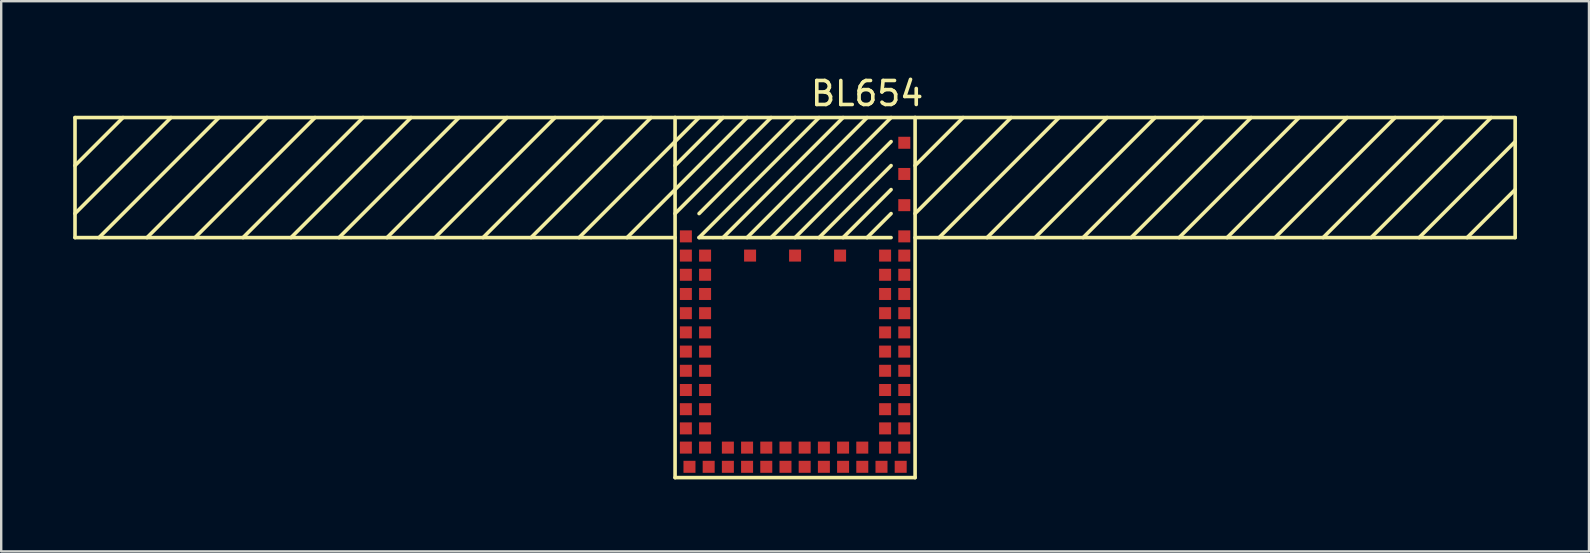
<source format=kicad_pcb>
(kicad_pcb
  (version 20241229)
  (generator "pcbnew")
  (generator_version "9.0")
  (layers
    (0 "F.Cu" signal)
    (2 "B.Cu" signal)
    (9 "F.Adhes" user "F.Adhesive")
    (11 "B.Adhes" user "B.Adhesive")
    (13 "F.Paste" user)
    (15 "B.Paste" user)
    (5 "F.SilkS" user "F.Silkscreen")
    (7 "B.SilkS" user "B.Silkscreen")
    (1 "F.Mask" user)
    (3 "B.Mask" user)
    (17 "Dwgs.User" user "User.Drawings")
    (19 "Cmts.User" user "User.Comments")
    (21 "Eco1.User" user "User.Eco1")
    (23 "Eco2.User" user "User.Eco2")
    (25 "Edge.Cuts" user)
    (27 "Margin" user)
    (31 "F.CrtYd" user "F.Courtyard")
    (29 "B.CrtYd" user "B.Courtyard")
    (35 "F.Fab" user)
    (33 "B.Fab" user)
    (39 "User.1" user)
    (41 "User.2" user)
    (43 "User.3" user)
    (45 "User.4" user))
  (footprint "BL654"
    (layer "F.Cu")
    (at 30.075 6.848)
    (property "Reference" "BL654" (at 3 -6 0) (layer "F.SilkS") (effects (font (size 1 1) (thickness 0.15))))
    (attr through_hole)
    (fp_line (start -30 -3) (end -28 -5) (stroke (width 0.15) (type solid)) (layer "F.SilkS"))
    (fp_line (start -30 -1) (end -26 -5) (stroke (width 0.15) (type solid)) (layer "F.SilkS"))
    (fp_line (start -30 0) (end -30 -5) (stroke (width 0.15) (type solid)) (layer "F.SilkS"))
    (fp_line (start -29 0) (end -24 -5) (stroke (width 0.15) (type solid)) (layer "F.SilkS"))
    (fp_line (start -27 0) (end -22 -5) (stroke (width 0.15) (type solid)) (layer "F.SilkS"))
    (fp_line (start -25 0) (end -20 -5) (stroke (width 0.15) (type solid)) (layer "F.SilkS"))
    (fp_line (start -23 0) (end -18 -5) (stroke (width 0.15) (type solid)) (layer "F.SilkS"))
    (fp_line (start -21 0) (end -16 -5) (stroke (width 0.15) (type solid)) (layer "F.SilkS"))
    (fp_line (start -19 0) (end -14 -5) (stroke (width 0.15) (type solid)) (layer "F.SilkS"))
    (fp_line (start -17 0) (end -12 -5) (stroke (width 0.15) (type solid)) (layer "F.SilkS"))
    (fp_line (start -15 0) (end -10 -5) (stroke (width 0.15) (type solid)) (layer "F.SilkS"))
    (fp_line (start -13 0) (end -8 -5) (stroke (width 0.15) (type solid)) (layer "F.SilkS"))
    (fp_line (start -11 0) (end -6 -5) (stroke (width 0.15) (type solid)) (layer "F.SilkS"))
    (fp_line (start -9 0) (end -5 -4) (stroke (width 0.15) (type solid)) (layer "F.SilkS"))
    (fp_line (start -7 0) (end -5 -2) (stroke (width 0.15) (type solid)) (layer "F.SilkS"))
    (fp_line (start -5 -5) (end -30 -5) (stroke (width 0.15) (type solid)) (layer "F.SilkS"))
    (fp_line (start -5 -5) (end -5 10) (stroke (width 0.15) (type solid)) (layer "F.SilkS"))
    (fp_line (start -5 -4) (end -4 -5) (stroke (width 0.15) (type solid)) (layer "F.SilkS"))
    (fp_line (start -5 -3) (end -3 -5) (stroke (width 0.15) (type solid)) (layer "F.SilkS"))
    (fp_line (start -5 -2) (end -2 -5) (stroke (width 0.15) (type solid)) (layer "F.SilkS"))
    (fp_line (start -5 -1) (end -1 -5) (stroke (width 0.15) (type solid)) (layer "F.SilkS"))
    (fp_line (start -5 0) (end -30 0) (stroke (width 0.15) (type solid)) (layer "F.SilkS"))
    (fp_line (start -5 10) (end 5 10) (stroke (width 0.15) (type solid)) (layer "F.SilkS"))
    (fp_line (start -4 -1) (end 0 -5) (stroke (width 0.15) (type solid)) (layer "F.SilkS"))
    (fp_line (start -4 0) (end 1 -5) (stroke (width 0.15) (type solid)) (layer "F.SilkS"))
    (fp_line (start -4 0) (end 4 0) (stroke (width 0.15) (type solid)) (layer "F.SilkS"))
    (fp_line (start -3 0) (end 2 -5) (stroke (width 0.15) (type solid)) (layer "F.SilkS"))
    (fp_line (start -2 0) (end 3 -5) (stroke (width 0.15) (type solid)) (layer "F.SilkS"))
    (fp_line (start -1 0) (end 4 -5) (stroke (width 0.15) (type solid)) (layer "F.SilkS"))
    (fp_line (start 0 0) (end 4 -4) (stroke (width 0.15) (type solid)) (layer "F.SilkS"))
    (fp_line (start 1 0) (end 4 -3) (stroke (width 0.15) (type solid)) (layer "F.SilkS"))
    (fp_line (start 2 0) (end 4 -2) (stroke (width 0.15) (type solid)) (layer "F.SilkS"))
    (fp_line (start 3 0) (end 4 -1) (stroke (width 0.15) (type solid)) (layer "F.SilkS"))
    (fp_line (start 5 -5) (end -5 -5) (stroke (width 0.15) (type solid)) (layer "F.SilkS"))
    (fp_line (start 5 -3) (end 7 -5) (stroke (width 0.15) (type solid)) (layer "F.SilkS"))
    (fp_line (start 5 -1) (end 9 -5) (stroke (width 0.15) (type solid)) (layer "F.SilkS"))
    (fp_line (start 5 10) (end 5 -5) (stroke (width 0.15) (type solid)) (layer "F.SilkS"))
    (fp_line (start 6 0) (end 11 -5) (stroke (width 0.15) (type solid)) (layer "F.SilkS"))
    (fp_line (start 8 0) (end 13 -5) (stroke (width 0.15) (type solid)) (layer "F.SilkS"))
    (fp_line (start 10 0) (end 15 -5) (stroke (width 0.15) (type solid)) (layer "F.SilkS"))
    (fp_line (start 12 0) (end 17 -5) (stroke (width 0.15) (type solid)) (layer "F.SilkS"))
    (fp_line (start 14 0) (end 19 -5) (stroke (width 0.15) (type solid)) (layer "F.SilkS"))
    (fp_line (start 16 0) (end 21 -5) (stroke (width 0.15) (type solid)) (layer "F.SilkS"))
    (fp_line (start 18 0) (end 23 -5) (stroke (width 0.15) (type solid)) (layer "F.SilkS"))
    (fp_line (start 20 0) (end 25 -5) (stroke (width 0.15) (type solid)) (layer "F.SilkS"))
    (fp_line (start 22 0) (end 27 -5) (stroke (width 0.15) (type solid)) (layer "F.SilkS"))
    (fp_line (start 24 0) (end 29 -5) (stroke (width 0.15) (type solid)) (layer "F.SilkS"))
    (fp_line (start 26 0) (end 30 -4) (stroke (width 0.15) (type solid)) (layer "F.SilkS"))
    (fp_line (start 28 0) (end 30 -2) (stroke (width 0.15) (type solid)) (layer "F.SilkS"))
    (fp_line (start 30 -5) (end 5 -5) (stroke (width 0.15) (type solid)) (layer "F.SilkS"))
    (fp_line (start 30 0) (end 5 0) (stroke (width 0.15) (type solid)) (layer "F.SilkS"))
    (fp_line (start 30 0) (end 30 -5) (stroke (width 0.15) (type solid)) (layer "F.SilkS"))
    (pad "0" smd rect (at 4.55 -0.05) (size 0.5 0.5) (layers "F.Cu" "F.Mask" "F.Paste"))
    (pad "1" smd rect (at 4.55 0.75) (size 0.5 0.5) (layers "F.Cu" "F.Mask" "F.Paste"))
    (pad "2" smd rect (at 3.75 0.75) (size 0.5 0.5) (layers "F.Cu" "F.Mask" "F.Paste"))
    (pad "3" smd rect (at 4.55 1.55) (size 0.5 0.5) (layers "F.Cu" "F.Mask" "F.Paste"))
    (pad "4" smd rect (at 3.75 1.55) (size 0.5 0.5) (layers "F.Cu" "F.Mask" "F.Paste"))
    (pad "5" smd rect (at 4.55 2.35) (size 0.5 0.5) (layers "F.Cu" "F.Mask" "F.Paste"))
    (pad "6" smd rect (at 3.75 2.35) (size 0.5 0.5) (layers "F.Cu" "F.Mask" "F.Paste"))
    (pad "7" smd rect (at 4.55 3.15) (size 0.5 0.5) (layers "F.Cu" "F.Mask" "F.Paste"))
    (pad "8" smd rect (at 3.75 3.15) (size 0.5 0.5) (layers "F.Cu" "F.Mask" "F.Paste"))
    (pad "9" smd rect (at 4.55 3.95) (size 0.5 0.5) (layers "F.Cu" "F.Mask" "F.Paste"))
    (pad "10" smd rect (at 3.75 3.95) (size 0.5 0.5) (layers "F.Cu" "F.Mask" "F.Paste"))
    (pad "11" smd rect (at 4.55 4.75) (size 0.5 0.5) (layers "F.Cu" "F.Mask" "F.Paste"))
    (pad "12" smd rect (at 3.75 4.75) (size 0.5 0.5) (layers "F.Cu" "F.Mask" "F.Paste"))
    (pad "13" smd rect (at 4.55 5.55) (size 0.5 0.5) (layers "F.Cu" "F.Mask" "F.Paste"))
    (pad "14" smd rect (at 3.75 5.55) (size 0.5 0.5) (layers "F.Cu" "F.Mask" "F.Paste"))
    (pad "15" smd rect (at 4.55 6.35) (size 0.5 0.5) (layers "F.Cu" "F.Mask" "F.Paste"))
    (pad "16" smd rect (at 3.75 6.35) (size 0.5 0.5) (layers "F.Cu" "F.Mask" "F.Paste"))
    (pad "17" smd rect (at 4.55 7.15) (size 0.5 0.5) (layers "F.Cu" "F.Mask" "F.Paste"))
    (pad "18" smd rect (at 3.75 7.15) (size 0.5 0.5) (layers "F.Cu" "F.Mask" "F.Paste"))
    (pad "19" smd rect (at 4.55 7.95) (size 0.5 0.5) (layers "F.Cu" "F.Mask" "F.Paste"))
    (pad "20" smd rect (at 3.75 7.95) (size 0.5 0.5) (layers "F.Cu" "F.Mask" "F.Paste"))
    (pad "21" smd rect (at 4.55 8.75) (size 0.5 0.5) (layers "F.Cu" "F.Mask" "F.Paste"))
    (pad "22" smd rect (at 3.75 8.75) (size 0.5 0.5) (layers "F.Cu" "F.Mask" "F.Paste"))
    (pad "23" smd rect (at 4.4 9.55) (size 0.5 0.5) (layers "F.Cu" "F.Mask" "F.Paste"))
    (pad "24" smd rect (at 3.6 9.55) (size 0.5 0.5) (layers "F.Cu" "F.Mask" "F.Paste"))
    (pad "25" smd rect (at 2.8 9.55) (size 0.5 0.5) (layers "F.Cu" "F.Mask" "F.Paste"))
    (pad "26" smd rect (at 2.8 8.75) (size 0.5 0.5) (layers "F.Cu" "F.Mask" "F.Paste"))
    (pad "27" smd rect (at 2 9.55) (size 0.5 0.5) (layers "F.Cu" "F.Mask" "F.Paste"))
    (pad "28" smd rect (at 2 8.75) (size 0.5 0.5) (layers "F.Cu" "F.Mask" "F.Paste"))
    (pad "29" smd rect (at 1.2 9.55) (size 0.5 0.5) (layers "F.Cu" "F.Mask" "F.Paste"))
    (pad "30" smd rect (at 1.2 8.75) (size 0.5 0.5) (layers "F.Cu" "F.Mask" "F.Paste"))
    (pad "31" smd rect (at 0.4 9.55) (size 0.5 0.5) (layers "F.Cu" "F.Mask" "F.Paste"))
    (pad "32" smd rect (at 0.4 8.75) (size 0.5 0.5) (layers "F.Cu" "F.Mask" "F.Paste"))
    (pad "33" smd rect (at -0.4 9.55) (size 0.5 0.5) (layers "F.Cu" "F.Mask" "F.Paste"))
    (pad "34" smd rect (at -0.4 8.75) (size 0.5 0.5) (layers "F.Cu" "F.Mask" "F.Paste"))
    (pad "35" smd rect (at -1.2 9.55) (size 0.5 0.5) (layers "F.Cu" "F.Mask" "F.Paste"))
    (pad "36" smd rect (at -1.2 8.75) (size 0.5 0.5) (layers "F.Cu" "F.Mask" "F.Paste"))
    (pad "37" smd rect (at -2 9.55) (size 0.5 0.5) (layers "F.Cu" "F.Mask" "F.Paste"))
    (pad "38" smd rect (at -2 8.75) (size 0.5 0.5) (layers "F.Cu" "F.Mask" "F.Paste"))
    (pad "39" smd rect (at -2.8 9.55) (size 0.5 0.5) (layers "F.Cu" "F.Mask" "F.Paste"))
    (pad "40" smd rect (at -2.8 8.75) (size 0.5 0.5) (layers "F.Cu" "F.Mask" "F.Paste"))
    (pad "41" smd rect (at -3.6 9.55) (size 0.5 0.5) (layers "F.Cu" "F.Mask" "F.Paste"))
    (pad "42" smd rect (at -4.4 9.55) (size 0.5 0.5) (layers "F.Cu" "F.Mask" "F.Paste"))
    (pad "43" smd rect (at -4.55 8.75) (size 0.5 0.5) (layers "F.Cu" "F.Mask" "F.Paste"))
    (pad "44" smd rect (at -3.75 8.75) (size 0.5 0.5) (layers "F.Cu" "F.Mask" "F.Paste"))
    (pad "45" smd rect (at -4.55 7.95) (size 0.5 0.5) (layers "F.Cu" "F.Mask" "F.Paste"))
    (pad "46" smd rect (at -3.75 7.95) (size 0.5 0.5) (layers "F.Cu" "F.Mask" "F.Paste"))
    (pad "47" smd rect (at -4.55 7.15) (size 0.5 0.5) (layers "F.Cu" "F.Mask" "F.Paste"))
    (pad "48" smd rect (at -3.75 7.15) (size 0.5 0.5) (layers "F.Cu" "F.Mask" "F.Paste"))
    (pad "49" smd rect (at -4.55 6.35) (size 0.5 0.5) (layers "F.Cu" "F.Mask" "F.Paste"))
    (pad "50" smd rect (at -3.75 6.35) (size 0.5 0.5) (layers "F.Cu" "F.Mask" "F.Paste"))
    (pad "51" smd rect (at -4.55 5.55) (size 0.5 0.5) (layers "F.Cu" "F.Mask" "F.Paste"))
    (pad "52" smd rect (at -3.75 5.55) (size 0.5 0.5) (layers "F.Cu" "F.Mask" "F.Paste"))
    (pad "53" smd rect (at -4.55 4.75) (size 0.5 0.5) (layers "F.Cu" "F.Mask" "F.Paste"))
    (pad "54" smd rect (at -3.75 4.75) (size 0.5 0.5) (layers "F.Cu" "F.Mask" "F.Paste"))
    (pad "55" smd rect (at -4.55 3.95) (size 0.5 0.5) (layers "F.Cu" "F.Mask" "F.Paste"))
    (pad "56" smd rect (at -3.75 3.95) (size 0.5 0.5) (layers "F.Cu" "F.Mask" "F.Paste"))
    (pad "57" smd rect (at -4.55 3.15) (size 0.5 0.5) (layers "F.Cu" "F.Mask" "F.Paste"))
    (pad "58" smd rect (at -3.75 3.15) (size 0.5 0.5) (layers "F.Cu" "F.Mask" "F.Paste"))
    (pad "59" smd rect (at -4.55 2.35) (size 0.5 0.5) (layers "F.Cu" "F.Mask" "F.Paste"))
    (pad "60" smd rect (at -3.75 2.35) (size 0.5 0.5) (layers "F.Cu" "F.Mask" "F.Paste"))
    (pad "61" smd rect (at -4.55 1.55) (size 0.5 0.5) (layers "F.Cu" "F.Mask" "F.Paste"))
    (pad "62" smd rect (at -3.75 1.55) (size 0.5 0.5) (layers "F.Cu" "F.Mask" "F.Paste"))
    (pad "63" smd rect (at -4.55 0.75) (size 0.5 0.5) (layers "F.Cu" "F.Mask" "F.Paste"))
    (pad "64" smd rect (at -3.75 0.75) (size 0.5 0.5) (layers "F.Cu" "F.Mask" "F.Paste"))
    (pad "65" smd rect (at -4.55 -0.05) (size 0.5 0.5) (layers "F.Cu" "F.Mask" "F.Paste"))
    (pad "66" smd rect (at 4.55 -1.35) (size 0.5 0.5) (layers "F.Cu" "F.Mask" "F.Paste"))
    (pad "67" smd rect (at 4.55 -2.65) (size 0.5 0.5) (layers "F.Cu" "F.Mask" "F.Paste"))
    (pad "68" smd rect (at 4.55 -3.95) (size 0.5 0.5) (layers "F.Cu" "F.Mask" "F.Paste"))
    (pad "69" smd rect (at 1.875 0.75) (size 0.5 0.5) (layers "F.Cu" "F.Mask" "F.Paste"))
    (pad "70" smd rect (at 0 0.75) (size 0.5 0.5) (layers "F.Cu" "F.Mask" "F.Paste"))
    (pad "71" smd rect (at -1.875 0.75) (size 0.5 0.5) (layers "F.Cu" "F.Mask" "F.Paste")))
  (gr_rect
    (start -3 -3)
    (end 63.15 19.923)
    (stroke (width 0.1) (type default))
    (fill no)
    (layer "Edge.Cuts")))
</source>
